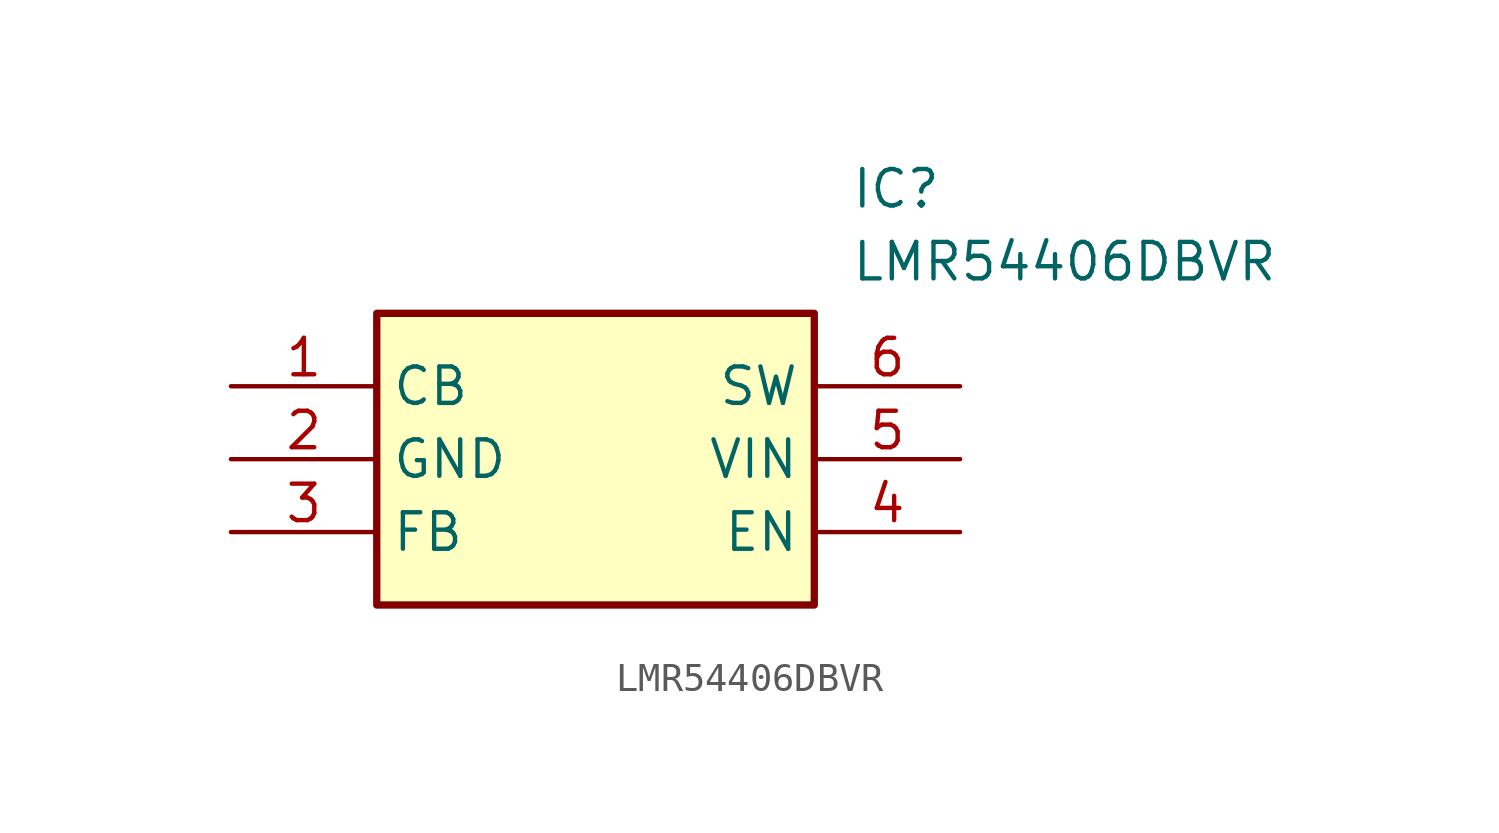
<source format=kicad_sym>
(kicad_symbol_lib
  (version 20211014)
  (generator SamacSys_ECAD_Model)
  (symbol "LMR54406DBVR"
    (property "Reference" "IC"
      (at 21.59 7.62 0)
      (effects (font (size 1.27 1.27)) (justify left top)))
    (property "Value" "LMR54406DBVR"
      (at 21.59 5.08 0)
      (effects (font (size 1.27 1.27)) (justify left top)))
    (rectangle
      (start 5.08 2.54)
      (end 20.32 -7.62)
      (stroke (width 0.254) (type default))
      (fill (type background)))
    (pin passive line
      (at 0 0 0)
      (length 5.08)
      (name "CB" (effects (font (size 1.27 1.27))))
      (number "1" (effects (font (size 1.27 1.27)))))
    (pin passive line
      (at 0 -2.54 0)
      (length 5.08)
      (name "GND" (effects (font (size 1.27 1.27))))
      (number "2" (effects (font (size 1.27 1.27)))))
    (pin passive line
      (at 0 -5.08 0)
      (length 5.08)
      (name "FB" (effects (font (size 1.27 1.27))))
      (number "3" (effects (font (size 1.27 1.27)))))
    (pin passive line
      (at 25.4 0 180)
      (length 5.08)
      (name "SW" (effects (font (size 1.27 1.27))))
      (number "6" (effects (font (size 1.27 1.27)))))
    (pin passive line
      (at 25.4 -2.54 180)
      (length 5.08)
      (name "VIN" (effects (font (size 1.27 1.27))))
      (number "5" (effects (font (size 1.27 1.27)))))
    (pin passive line
      (at 25.4 -5.08 180)
      (length 5.08)
      (name "EN" (effects (font (size 1.27 1.27))))
      (number "4" (effects (font (size 1.27 1.27)))))))
</source>
